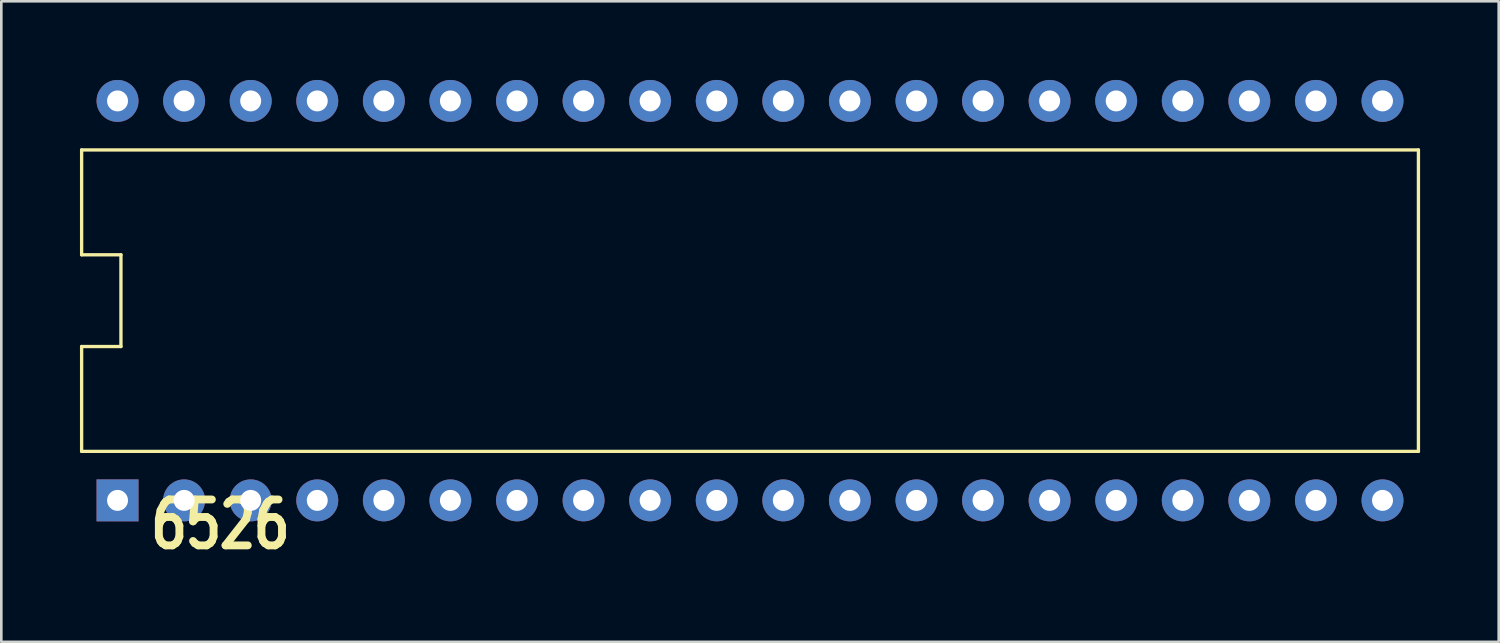
<source format=kicad_pcb>
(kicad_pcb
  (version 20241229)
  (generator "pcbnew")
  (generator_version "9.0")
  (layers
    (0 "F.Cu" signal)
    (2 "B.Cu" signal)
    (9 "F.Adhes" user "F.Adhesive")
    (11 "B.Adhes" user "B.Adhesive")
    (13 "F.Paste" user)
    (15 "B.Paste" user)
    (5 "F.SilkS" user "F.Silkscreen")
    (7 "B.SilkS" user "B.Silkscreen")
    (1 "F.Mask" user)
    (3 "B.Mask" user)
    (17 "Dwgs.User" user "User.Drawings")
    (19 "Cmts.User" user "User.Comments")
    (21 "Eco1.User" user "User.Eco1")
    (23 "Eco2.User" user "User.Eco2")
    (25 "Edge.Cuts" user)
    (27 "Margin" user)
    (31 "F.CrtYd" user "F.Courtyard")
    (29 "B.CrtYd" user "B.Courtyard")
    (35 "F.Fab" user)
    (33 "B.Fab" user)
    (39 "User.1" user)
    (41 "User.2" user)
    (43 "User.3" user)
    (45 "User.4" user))
  (footprint "6526"
    (layer "F.Cu")
    (at 25.564 8.42)
    (property "Reference" "6526" (at -23.012 9.566 0) (layer "F.SilkS") (effects (font (size 1.75 1.37) (thickness 0.3)) (justify left bottom)))
    (attr through_hole)
    (fp_line (start -25.5 -5.75) (end -25.5 -1.75) (stroke (width 0.127) (type solid)) (layer "F.SilkS"))
    (fp_line (start -25.5 -5.75) (end 25.5 -5.75) (stroke (width 0.127) (type solid)) (layer "F.SilkS"))
    (fp_line (start -25.5 -1.75) (end -24 -1.75) (stroke (width 0.127) (type solid)) (layer "F.SilkS"))
    (fp_line (start -25.5 1.75) (end -25.5 5.75) (stroke (width 0.127) (type solid)) (layer "F.SilkS"))
    (fp_line (start -25.5 1.75) (end -24 1.75) (stroke (width 0.127) (type solid)) (layer "F.SilkS"))
    (fp_line (start -25.5 5.75) (end 25.5 5.75) (stroke (width 0.127) (type solid)) (layer "F.SilkS"))
    (fp_line (start -24 -1.75) (end -24 1.75) (stroke (width 0.127) (type solid)) (layer "F.SilkS"))
    (fp_line (start 25.5 5.75) (end 25.5 -5.75) (stroke (width 0.127) (type solid)) (layer "F.SilkS"))
    (pad "1" thru_hole rect (at -24.13 7.62 90) (size 1.6 1.6) (drill 0.8) (layers "*.Cu" "*.Mask"))
    (pad "2" thru_hole circle (at -21.59 7.62 90) (size 1.6 1.6) (drill 0.8) (layers "*.Cu" "*.Mask"))
    (pad "3" thru_hole circle (at -19.05 7.62 90) (size 1.6 1.6) (drill 0.8) (layers "*.Cu" "*.Mask"))
    (pad "4" thru_hole circle (at -16.51 7.62 90) (size 1.6 1.6) (drill 0.8) (layers "*.Cu" "*.Mask"))
    (pad "5" thru_hole circle (at -13.97 7.62 90) (size 1.6 1.6) (drill 0.8) (layers "*.Cu" "*.Mask"))
    (pad "6" thru_hole circle (at -11.43 7.62 90) (size 1.6 1.6) (drill 0.8) (layers "*.Cu" "*.Mask"))
    (pad "7" thru_hole circle (at -8.89 7.62 90) (size 1.6 1.6) (drill 0.8) (layers "*.Cu" "*.Mask"))
    (pad "8" thru_hole circle (at -6.35 7.62 90) (size 1.6 1.6) (drill 0.8) (layers "*.Cu" "*.Mask"))
    (pad "9" thru_hole circle (at -3.81 7.62 90) (size 1.6 1.6) (drill 0.8) (layers "*.Cu" "*.Mask"))
    (pad "10" thru_hole circle (at -1.27 7.62 90) (size 1.6 1.6) (drill 0.8) (layers "*.Cu" "*.Mask"))
    (pad "11" thru_hole circle (at 1.27 7.62 90) (size 1.6 1.6) (drill 0.8) (layers "*.Cu" "*.Mask"))
    (pad "12" thru_hole circle (at 3.81 7.62 90) (size 1.6 1.6) (drill 0.8) (layers "*.Cu" "*.Mask"))
    (pad "13" thru_hole circle (at 6.35 7.62 90) (size 1.6 1.6) (drill 0.8) (layers "*.Cu" "*.Mask"))
    (pad "14" thru_hole circle (at 8.89 7.62 90) (size 1.6 1.6) (drill 0.8) (layers "*.Cu" "*.Mask"))
    (pad "15" thru_hole circle (at 11.43 7.62 90) (size 1.6 1.6) (drill 0.8) (layers "*.Cu" "*.Mask"))
    (pad "16" thru_hole circle (at 13.97 7.62 90) (size 1.6 1.6) (drill 0.8) (layers "*.Cu" "*.Mask"))
    (pad "17" thru_hole circle (at 16.51 7.62 90) (size 1.6 1.6) (drill 0.8) (layers "*.Cu" "*.Mask"))
    (pad "18" thru_hole circle (at 19.05 7.62 90) (size 1.6 1.6) (drill 0.8) (layers "*.Cu" "*.Mask"))
    (pad "19" thru_hole circle (at 21.59 7.62 90) (size 1.6 1.6) (drill 0.8) (layers "*.Cu" "*.Mask"))
    (pad "20" thru_hole circle (at 24.13 7.62 90) (size 1.6 1.6) (drill 0.8) (layers "*.Cu" "*.Mask"))
    (pad "21" thru_hole circle (at 24.13 -7.62 90) (size 1.6 1.6) (drill 0.8) (layers "*.Cu" "*.Mask"))
    (pad "22" thru_hole circle (at 21.59 -7.62 90) (size 1.6 1.6) (drill 0.8) (layers "*.Cu" "*.Mask"))
    (pad "23" thru_hole circle (at 19.05 -7.62 90) (size 1.6 1.6) (drill 0.8) (layers "*.Cu" "*.Mask"))
    (pad "24" thru_hole circle (at 16.51 -7.62 90) (size 1.6 1.6) (drill 0.8) (layers "*.Cu" "*.Mask"))
    (pad "25" thru_hole circle (at 13.97 -7.62 90) (size 1.6 1.6) (drill 0.8) (layers "*.Cu" "*.Mask"))
    (pad "26" thru_hole circle (at 11.43 -7.62 90) (size 1.6 1.6) (drill 0.8) (layers "*.Cu" "*.Mask"))
    (pad "27" thru_hole circle (at 8.89 -7.62 90) (size 1.6 1.6) (drill 0.8) (layers "*.Cu" "*.Mask"))
    (pad "28" thru_hole circle (at 6.35 -7.62 90) (size 1.6 1.6) (drill 0.8) (layers "*.Cu" "*.Mask"))
    (pad "29" thru_hole circle (at 3.81 -7.62 90) (size 1.6 1.6) (drill 0.8) (layers "*.Cu" "*.Mask"))
    (pad "30" thru_hole circle (at 1.27 -7.62 90) (size 1.6 1.6) (drill 0.8) (layers "*.Cu" "*.Mask"))
    (pad "31" thru_hole circle (at -1.27 -7.62 90) (size 1.6 1.6) (drill 0.8) (layers "*.Cu" "*.Mask"))
    (pad "32" thru_hole circle (at -3.81 -7.62 90) (size 1.6 1.6) (drill 0.8) (layers "*.Cu" "*.Mask"))
    (pad "33" thru_hole circle (at -6.35 -7.62 90) (size 1.6 1.6) (drill 0.8) (layers "*.Cu" "*.Mask"))
    (pad "34" thru_hole circle (at -8.89 -7.62 90) (size 1.6 1.6) (drill 0.8) (layers "*.Cu" "*.Mask"))
    (pad "35" thru_hole circle (at -11.43 -7.62 90) (size 1.6 1.6) (drill 0.8) (layers "*.Cu" "*.Mask"))
    (pad "36" thru_hole circle (at -13.97 -7.62 90) (size 1.6 1.6) (drill 0.8) (layers "*.Cu" "*.Mask"))
    (pad "37" thru_hole circle (at -16.51 -7.62 90) (size 1.6 1.6) (drill 0.8) (layers "*.Cu" "*.Mask"))
    (pad "38" thru_hole circle (at -19.05 -7.62 90) (size 1.6 1.6) (drill 0.8) (layers "*.Cu" "*.Mask"))
    (pad "39" thru_hole circle (at -21.59 -7.62 90) (size 1.6 1.6) (drill 0.8) (layers "*.Cu" "*.Mask"))
    (pad "40" thru_hole circle (at -24.13 -7.62 90) (size 1.6 1.6) (drill 0.8) (layers "*.Cu" "*.Mask")))
  (gr_rect
    (start -3 -3)
    (end 54.127 21.436)
    (stroke (width 0.1) (type default))
    (fill no)
    (layer "Edge.Cuts")))
</source>
